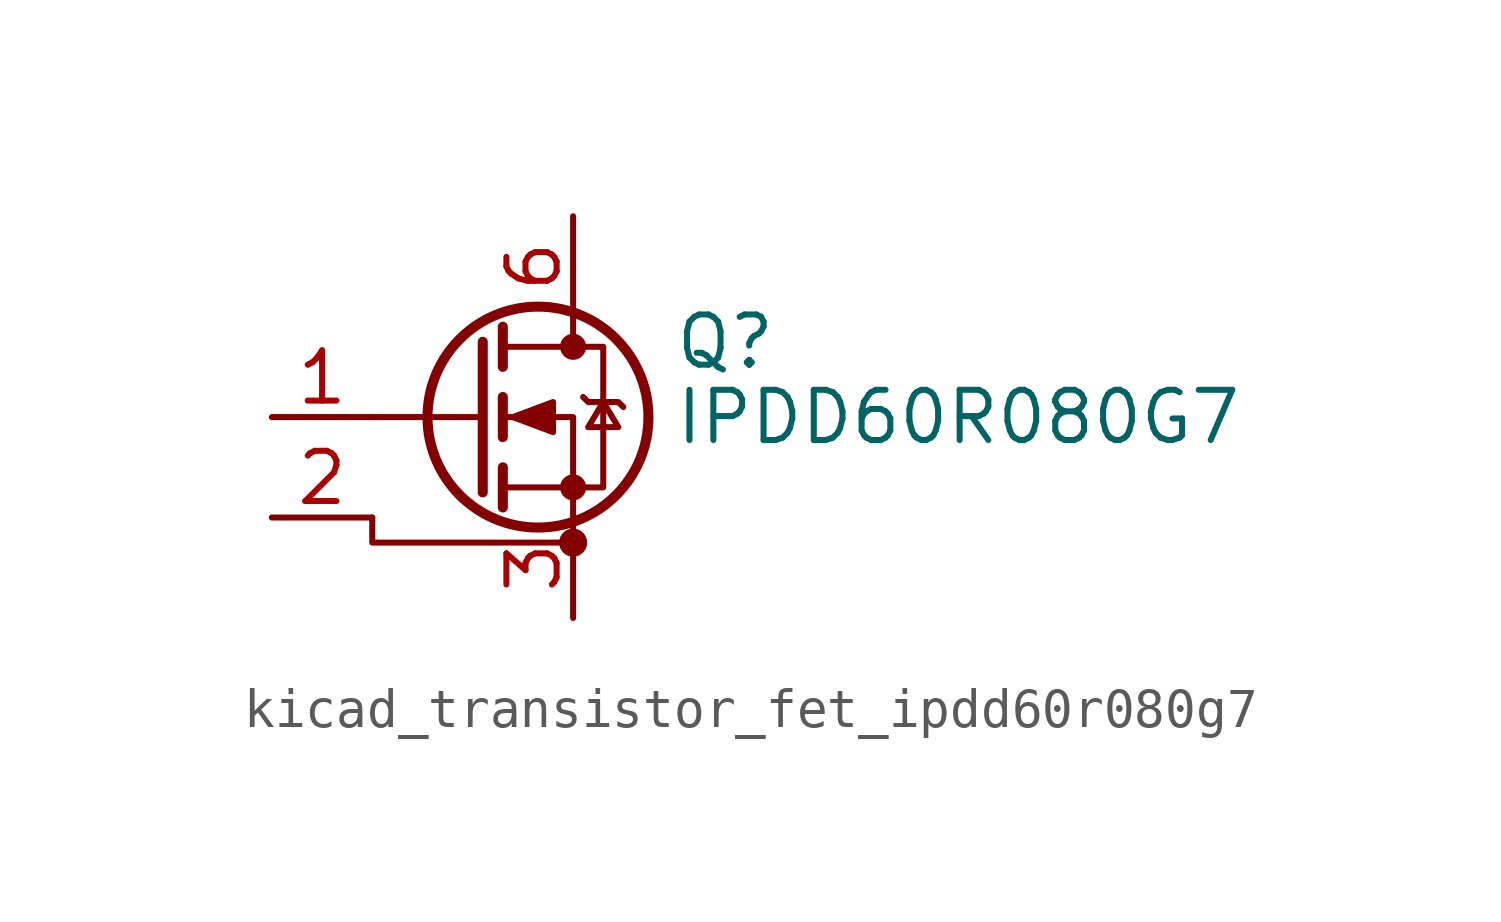
<source format=kicad_sym>
(kicad_symbol_lib
  (version 20220914)
  (generator kicad_symbol_editor)
  (symbol "kicad_transistor_fet_ipdd60r080g7"
    (pin_names hide)
    (property "Reference" "Q"
      (at 5.08 1.905 0)
      (effects (font (size 1.27 1.27)) (justify left)))
    (property "Value" "IPDD60R080G7"
      (at 5.08 0 0)
      (effects (font (size 1.27 1.27)) (justify left)))
    (symbol "kicad_transistor_fet_ipdd60r080g7_0_1"
      (polyline (pts (xy 0.254 0) (xy -2.54 0)) (stroke (width 0) (type default)) (fill (type none)))
      (polyline (pts (xy 0.254 1.905) (xy 0.254 -1.905)) (stroke (width 0.254) (type default)) (fill (type none)))
      (polyline (pts (xy 0.762 -1.27) (xy 0.762 -2.286)) (stroke (width 0.254) (type default)) (fill (type none)))
      (polyline (pts (xy 0.762 0.508) (xy 0.762 -0.508)) (stroke (width 0.254) (type default)) (fill (type none)))
      (polyline (pts (xy 0.762 2.286) (xy 0.762 1.27)) (stroke (width 0.254) (type default)) (fill (type none)))
      (polyline (pts (xy 2.54 2.54) (xy 2.54 1.778)) (stroke (width 0) (type default)) (fill (type none)))
      (polyline (pts (xy -2.54 -2.54) (xy -2.54 -3.175) (xy 2.54 -3.175)) (stroke (width 0) (type default)) (fill (type none)))
      (polyline (pts (xy 2.54 -2.54) (xy 2.54 0) (xy 0.762 0)) (stroke (width 0) (type default)) (fill (type none)))
      (polyline (pts (xy 0.762 -1.778) (xy 3.302 -1.778) (xy 3.302 1.778) (xy 0.762 1.778)) (stroke (width 0) (type default)) (fill (type none)))
      (polyline (pts (xy 1.016 0) (xy 2.032 0.381) (xy 2.032 -0.381) (xy 1.016 0)) (stroke (width 0) (type default)) (fill (type outline)))
      (polyline (pts (xy 2.794 0.508) (xy 2.921 0.381) (xy 3.683 0.381) (xy 3.81 0.254)) (stroke (width 0) (type default)) (fill (type none)))
      (polyline (pts (xy 3.302 0.381) (xy 2.921 -0.254) (xy 3.683 -0.254) (xy 3.302 0.381)) (stroke (width 0) (type default)) (fill (type none)))
      (circle (center 1.651 0) (radius 2.794) (stroke (width 0.254) (type default)) (fill (type none)))
      (circle (center 2.54 -3.175) (radius 0.279) (stroke (width 0) (type default)) (fill (type outline)))
      (circle (center 2.54 -1.778) (radius 0.254) (stroke (width 0) (type default)) (fill (type outline)))
      (circle (center 2.54 1.778) (radius 0.254) (stroke (width 0) (type default)) (fill (type outline))))
    (symbol "kicad_transistor_fet_ipdd60r080g7_1_1"
      (pin input line (at -5.08 0 0) (length 2.54) (name "G" (effects (font (size 1.27 1.27)))) (number "1" (effects (font (size 1.27 1.27)))))
      (pin passive line (at 2.54 5.08 270) (length 2.54) hide (name "D" (effects (font (size 1.27 1.27)))) (number "10" (effects (font (size 1.27 1.27)))))
      (pin passive line (at -5.08 -2.54 0) (length 2.54) (name "DS" (effects (font (size 1.27 1.27)))) (number "2" (effects (font (size 1.27 1.27)))))
      (pin passive line (at 2.54 -5.08 90) (length 2.54) (name "PS" (effects (font (size 1.27 1.27)))) (number "3" (effects (font (size 1.27 1.27)))))
      (pin passive line (at 2.54 -5.08 90) (length 2.54) hide (name "PS" (effects (font (size 1.27 1.27)))) (number "4" (effects (font (size 1.27 1.27)))))
      (pin passive line (at 2.54 -5.08 90) (length 2.54) hide (name "PS" (effects (font (size 1.27 1.27)))) (number "5" (effects (font (size 1.27 1.27)))))
      (pin passive line (at 2.54 5.08 270) (length 2.54) (name "D" (effects (font (size 1.27 1.27)))) (number "6" (effects (font (size 1.27 1.27)))))
      (pin passive line (at 2.54 5.08 270) (length 2.54) hide (name "D" (effects (font (size 1.27 1.27)))) (number "7" (effects (font (size 1.27 1.27)))))
      (pin passive line (at 2.54 5.08 270) (length 2.54) hide (name "D" (effects (font (size 1.27 1.27)))) (number "8" (effects (font (size 1.27 1.27)))))
      (pin passive line (at 2.54 5.08 270) (length 2.54) hide (name "D" (effects (font (size 1.27 1.27)))) (number "9" (effects (font (size 1.27 1.27))))))))
</source>
